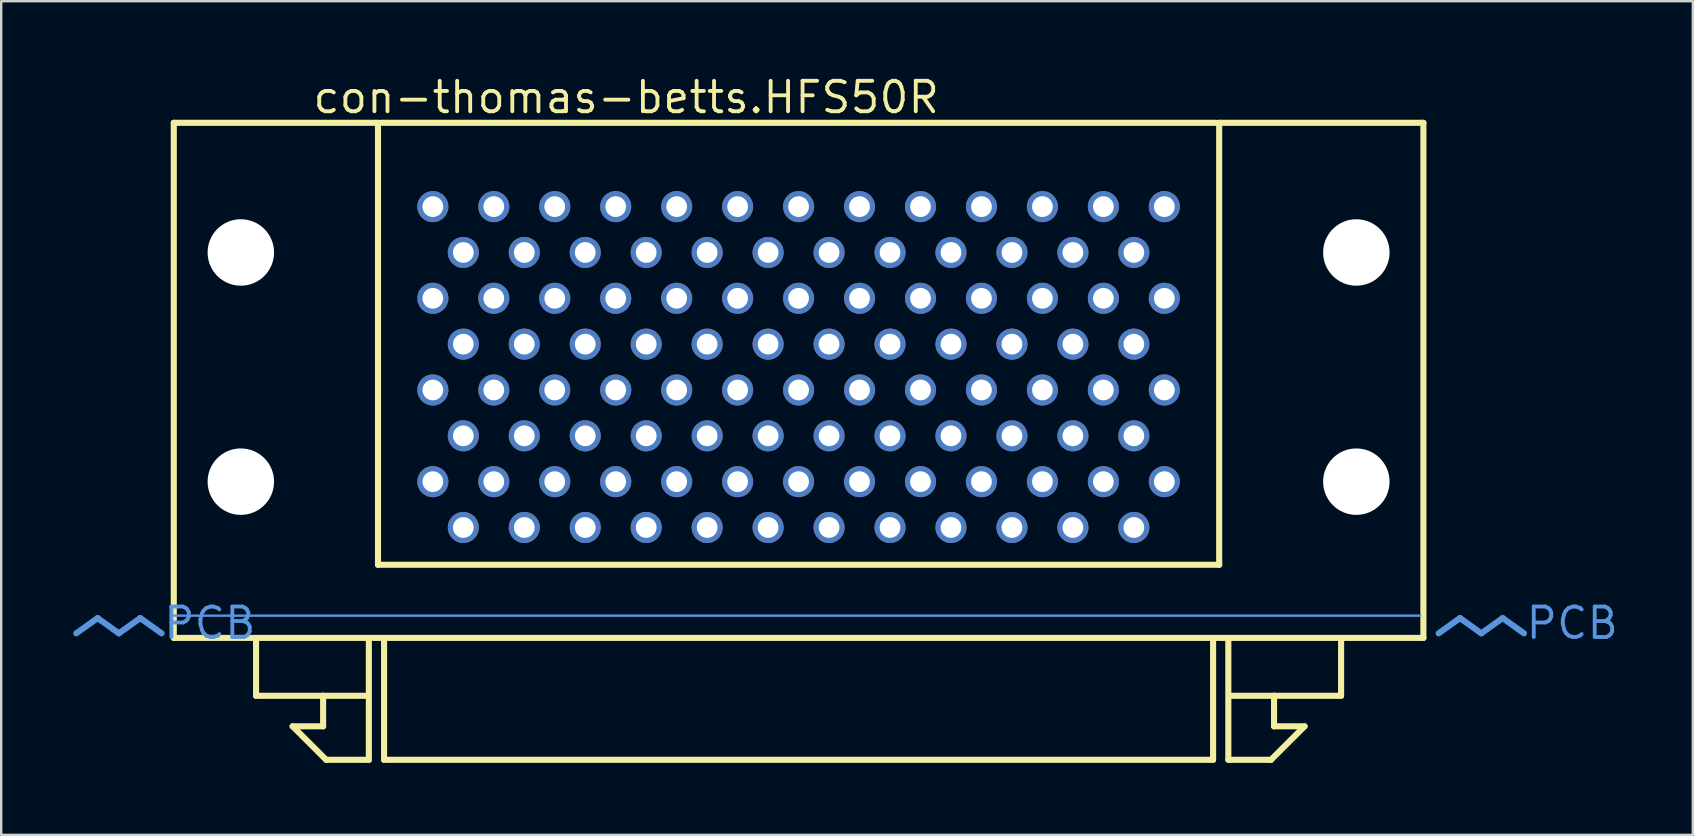
<source format=kicad_pcb>
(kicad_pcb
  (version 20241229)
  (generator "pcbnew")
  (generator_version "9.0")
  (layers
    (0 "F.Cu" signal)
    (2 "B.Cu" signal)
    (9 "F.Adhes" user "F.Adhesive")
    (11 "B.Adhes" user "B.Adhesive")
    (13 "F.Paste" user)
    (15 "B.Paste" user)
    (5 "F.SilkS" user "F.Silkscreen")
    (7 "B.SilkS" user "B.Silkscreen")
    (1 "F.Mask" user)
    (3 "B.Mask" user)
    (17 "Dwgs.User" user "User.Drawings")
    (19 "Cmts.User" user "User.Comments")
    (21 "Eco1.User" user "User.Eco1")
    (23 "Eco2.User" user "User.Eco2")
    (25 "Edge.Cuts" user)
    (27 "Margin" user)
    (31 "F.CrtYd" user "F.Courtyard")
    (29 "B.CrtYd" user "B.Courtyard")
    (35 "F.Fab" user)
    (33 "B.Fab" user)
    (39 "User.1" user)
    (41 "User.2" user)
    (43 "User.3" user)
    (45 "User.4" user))
  (footprint "con-thomas-betts.HFS50R"
    (layer "F.Cu")
    (at 30.226 22.07)
    (property "Reference" "con-thomas-betts.HFS50R" (at -20.32 -20.32 0) (layer "F.SilkS") (effects (font (size 1.27 1.27) (thickness 0.16)) (justify left bottom)))
    (attr through_hole)
    (fp_line (start -26.035 -20.003) (end -17.526 -20.003) (stroke (width 0.254) (type default)) (layer "F.SilkS"))
    (fp_line (start -26.035 1.46) (end -26.035 -20.003) (stroke (width 0.254) (type default)) (layer "F.SilkS"))
    (fp_line (start -22.606 3.873) (end -22.606 1.587) (stroke (width 0.254) (type default)) (layer "F.SilkS"))
    (fp_line (start -21.082 5.144) (end -19.812 5.144) (stroke (width 0.254) (type default)) (layer "F.SilkS"))
    (fp_line (start -19.812 3.873) (end -22.606 3.873) (stroke (width 0.254) (type default)) (layer "F.SilkS"))
    (fp_line (start -19.812 3.873) (end -18.034 3.873) (stroke (width 0.254) (type default)) (layer "F.SilkS"))
    (fp_line (start -19.812 5.144) (end -19.812 3.873) (stroke (width 0.254) (type default)) (layer "F.SilkS"))
    (fp_line (start -19.685 6.54) (end -21.082 5.144) (stroke (width 0.254) (type default)) (layer "F.SilkS"))
    (fp_line (start -17.907 1.587) (end -17.907 6.54) (stroke (width 0.254) (type default)) (layer "F.SilkS"))
    (fp_line (start -17.907 6.54) (end -19.685 6.54) (stroke (width 0.254) (type default)) (layer "F.SilkS"))
    (fp_line (start -17.526 -20.003) (end -17.526 -1.587) (stroke (width 0.254) (type default)) (layer "F.SilkS"))
    (fp_line (start -17.526 -1.587) (end 17.526 -1.587) (stroke (width 0.254) (type default)) (layer "F.SilkS"))
    (fp_line (start -17.399 -20.003) (end 17.399 -20.003) (stroke (width 0.254) (type default)) (layer "F.SilkS"))
    (fp_line (start -17.272 6.54) (end -17.272 1.587) (stroke (width 0.254) (type default)) (layer "F.SilkS"))
    (fp_line (start 17.272 1.587) (end 17.272 6.54) (stroke (width 0.254) (type default)) (layer "F.SilkS"))
    (fp_line (start 17.272 6.54) (end -17.272 6.54) (stroke (width 0.254) (type default)) (layer "F.SilkS"))
    (fp_line (start 17.526 -20.003) (end 26.035 -20.003) (stroke (width 0.254) (type default)) (layer "F.SilkS"))
    (fp_line (start 17.526 -1.587) (end 17.526 -20.003) (stroke (width 0.254) (type default)) (layer "F.SilkS"))
    (fp_line (start 17.907 1.587) (end 17.907 6.54) (stroke (width 0.254) (type default)) (layer "F.SilkS"))
    (fp_line (start 17.907 6.54) (end 19.685 6.54) (stroke (width 0.254) (type default)) (layer "F.SilkS"))
    (fp_line (start 19.685 6.54) (end 21.082 5.144) (stroke (width 0.254) (type default)) (layer "F.SilkS"))
    (fp_line (start 19.812 3.873) (end 18.034 3.873) (stroke (width 0.254) (type default)) (layer "F.SilkS"))
    (fp_line (start 19.812 3.873) (end 22.606 3.873) (stroke (width 0.254) (type default)) (layer "F.SilkS"))
    (fp_line (start 19.812 5.144) (end 19.812 3.873) (stroke (width 0.254) (type default)) (layer "F.SilkS"))
    (fp_line (start 21.082 5.144) (end 19.812 5.144) (stroke (width 0.254) (type default)) (layer "F.SilkS"))
    (fp_line (start 22.606 3.873) (end 22.606 1.587) (stroke (width 0.254) (type default)) (layer "F.SilkS"))
    (fp_line (start 26.035 -20.003) (end 26.035 1.46) (stroke (width 0.254) (type default)) (layer "F.SilkS"))
    (fp_line (start 26.035 1.46) (end -26.035 1.46) (stroke (width 0.254) (type default)) (layer "F.SilkS"))
    (fp_line (start -29.21 0.635) (end -30.099 1.27) (stroke (width 0.254) (type default)) (layer "Cmts.User"))
    (fp_line (start -29.21 0.635) (end -28.321 1.27) (stroke (width 0.254) (type default)) (layer "Cmts.User"))
    (fp_line (start -27.432 0.635) (end -28.321 1.27) (stroke (width 0.254) (type default)) (layer "Cmts.User"))
    (fp_line (start -27.432 0.635) (end -26.543 1.27) (stroke (width 0.254) (type default)) (layer "Cmts.User"))
    (fp_line (start -26.035 0.533) (end 25.908 0.533) (stroke (width 0.1) (type default)) (layer "Cmts.User"))
    (fp_line (start 27.559 0.635) (end 26.67 1.27) (stroke (width 0.254) (type default)) (layer "Cmts.User"))
    (fp_line (start 27.559 0.635) (end 28.448 1.27) (stroke (width 0.254) (type default)) (layer "Cmts.User"))
    (fp_line (start 29.337 0.635) (end 28.448 1.27) (stroke (width 0.254) (type default)) (layer "Cmts.User"))
    (fp_line (start 29.337 0.635) (end 30.226 1.27) (stroke (width 0.254) (type default)) (layer "Cmts.User"))
    (fp_text user "PCB" (at 30.226 1.587 180) (layer "Cmts.User") (effects (font (size 1.27 1.27) (thickness 0.16)) (justify left bottom)))
    (fp_text user "PCB" (at -26.543 1.587 180) (layer "Cmts.User") (effects (font (size 1.27 1.27) (thickness 0.16)) (justify left bottom)))
    (pad "" np_thru_hole circle (at -23.241 -14.6) (size 2.769 2.769) (drill 2.769) (layers "*.Cu" "*.Mask"))
    (pad "" np_thru_hole circle (at -23.241 -5.05) (size 2.769 2.769) (drill 2.769) (layers "*.Cu" "*.Mask"))
    (pad "" np_thru_hole circle (at 23.241 -14.6) (size 2.769 2.769) (drill 2.769) (layers "*.Cu" "*.Mask"))
    (pad "" np_thru_hole circle (at 23.241 -5.05) (size 2.769 2.769) (drill 2.769) (layers "*.Cu" "*.Mask"))
    (pad "1-1" thru_hole circle (at 15.24 -8.87) (size 1.295 1.295) (drill 0.864) (layers "*.Cu" "*.Mask"))
    (pad "1-2" thru_hole circle (at 13.97 -6.96) (size 1.295 1.295) (drill 0.864) (layers "*.Cu" "*.Mask"))
    (pad "1-3" thru_hole circle (at 12.7 -8.87) (size 1.295 1.295) (drill 0.864) (layers "*.Cu" "*.Mask"))
    (pad "1-4" thru_hole circle (at 11.43 -6.96) (size 1.295 1.295) (drill 0.864) (layers "*.Cu" "*.Mask"))
    (pad "1-5" thru_hole circle (at 10.16 -8.87) (size 1.295 1.295) (drill 0.864) (layers "*.Cu" "*.Mask"))
    (pad "1-6" thru_hole circle (at 8.89 -6.96) (size 1.295 1.295) (drill 0.864) (layers "*.Cu" "*.Mask"))
    (pad "1-7" thru_hole circle (at 7.62 -8.87) (size 1.295 1.295) (drill 0.864) (layers "*.Cu" "*.Mask"))
    (pad "1-8" thru_hole circle (at 6.35 -6.96) (size 1.295 1.295) (drill 0.864) (layers "*.Cu" "*.Mask"))
    (pad "1-9" thru_hole circle (at 5.08 -8.87) (size 1.295 1.295) (drill 0.864) (layers "*.Cu" "*.Mask"))
    (pad "1-10" thru_hole circle (at 3.81 -6.96) (size 1.295 1.295) (drill 0.864) (layers "*.Cu" "*.Mask"))
    (pad "1-11" thru_hole circle (at 2.54 -8.87) (size 1.295 1.295) (drill 0.864) (layers "*.Cu" "*.Mask"))
    (pad "1-12" thru_hole circle (at 1.27 -6.96) (size 1.295 1.295) (drill 0.864) (layers "*.Cu" "*.Mask"))
    (pad "1-13" thru_hole circle (at 0 -8.87) (size 1.295 1.295) (drill 0.864) (layers "*.Cu" "*.Mask"))
    (pad "1-14" thru_hole circle (at -1.27 -6.96) (size 1.295 1.295) (drill 0.864) (layers "*.Cu" "*.Mask"))
    (pad "1-15" thru_hole circle (at -2.54 -8.87) (size 1.295 1.295) (drill 0.864) (layers "*.Cu" "*.Mask"))
    (pad "1-16" thru_hole circle (at -3.81 -6.96) (size 1.295 1.295) (drill 0.864) (layers "*.Cu" "*.Mask"))
    (pad "1-17" thru_hole circle (at -5.08 -8.87) (size 1.295 1.295) (drill 0.864) (layers "*.Cu" "*.Mask"))
    (pad "1-18" thru_hole circle (at -6.35 -6.96) (size 1.295 1.295) (drill 0.864) (layers "*.Cu" "*.Mask"))
    (pad "1-19" thru_hole circle (at -7.62 -8.87) (size 1.295 1.295) (drill 0.864) (layers "*.Cu" "*.Mask"))
    (pad "1-20" thru_hole circle (at -8.89 -6.96) (size 1.295 1.295) (drill 0.864) (layers "*.Cu" "*.Mask"))
    (pad "1-21" thru_hole circle (at -10.16 -8.87) (size 1.295 1.295) (drill 0.864) (layers "*.Cu" "*.Mask"))
    (pad "1-22" thru_hole circle (at -11.43 -6.96) (size 1.295 1.295) (drill 0.864) (layers "*.Cu" "*.Mask"))
    (pad "1-23" thru_hole circle (at -12.7 -8.87) (size 1.295 1.295) (drill 0.864) (layers "*.Cu" "*.Mask"))
    (pad "1-24" thru_hole circle (at -13.97 -6.96) (size 1.295 1.295) (drill 0.864) (layers "*.Cu" "*.Mask"))
    (pad "1-25" thru_hole circle (at -15.24 -8.87) (size 1.295 1.295) (drill 0.864) (layers "*.Cu" "*.Mask"))
    (pad "1-26" thru_hole circle (at 15.24 -5.05) (size 1.295 1.295) (drill 0.864) (layers "*.Cu" "*.Mask"))
    (pad "1-27" thru_hole circle (at 13.97 -3.14) (size 1.295 1.295) (drill 0.864) (layers "*.Cu" "*.Mask"))
    (pad "1-28" thru_hole circle (at 12.7 -5.05) (size 1.295 1.295) (drill 0.864) (layers "*.Cu" "*.Mask"))
    (pad "1-29" thru_hole circle (at 11.43 -3.14) (size 1.295 1.295) (drill 0.864) (layers "*.Cu" "*.Mask"))
    (pad "1-30" thru_hole circle (at 10.16 -5.05) (size 1.295 1.295) (drill 0.864) (layers "*.Cu" "*.Mask"))
    (pad "1-31" thru_hole circle (at 8.89 -3.14) (size 1.295 1.295) (drill 0.864) (layers "*.Cu" "*.Mask"))
    (pad "1-32" thru_hole circle (at 7.62 -5.05) (size 1.295 1.295) (drill 0.864) (layers "*.Cu" "*.Mask"))
    (pad "1-33" thru_hole circle (at 6.35 -3.14) (size 1.295 1.295) (drill 0.864) (layers "*.Cu" "*.Mask"))
    (pad "1-34" thru_hole circle (at 5.08 -5.05) (size 1.295 1.295) (drill 0.864) (layers "*.Cu" "*.Mask"))
    (pad "1-35" thru_hole circle (at 3.81 -3.14) (size 1.295 1.295) (drill 0.864) (layers "*.Cu" "*.Mask"))
    (pad "1-36" thru_hole circle (at 2.54 -5.05) (size 1.295 1.295) (drill 0.864) (layers "*.Cu" "*.Mask"))
    (pad "1-37" thru_hole circle (at 1.27 -3.14) (size 1.295 1.295) (drill 0.864) (layers "*.Cu" "*.Mask"))
    (pad "1-38" thru_hole circle (at 0 -5.05) (size 1.295 1.295) (drill 0.864) (layers "*.Cu" "*.Mask"))
    (pad "1-39" thru_hole circle (at -1.27 -3.14) (size 1.295 1.295) (drill 0.864) (layers "*.Cu" "*.Mask"))
    (pad "1-40" thru_hole circle (at -2.54 -5.05) (size 1.295 1.295) (drill 0.864) (layers "*.Cu" "*.Mask"))
    (pad "1-41" thru_hole circle (at -3.81 -3.14) (size 1.295 1.295) (drill 0.864) (layers "*.Cu" "*.Mask"))
    (pad "1-42" thru_hole circle (at -5.08 -5.05) (size 1.295 1.295) (drill 0.864) (layers "*.Cu" "*.Mask"))
    (pad "1-43" thru_hole circle (at -6.35 -3.14) (size 1.295 1.295) (drill 0.864) (layers "*.Cu" "*.Mask"))
    (pad "1-44" thru_hole circle (at -7.62 -5.05) (size 1.295 1.295) (drill 0.864) (layers "*.Cu" "*.Mask"))
    (pad "1-45" thru_hole circle (at -8.89 -3.14) (size 1.295 1.295) (drill 0.864) (layers "*.Cu" "*.Mask"))
    (pad "1-46" thru_hole circle (at -10.16 -5.05) (size 1.295 1.295) (drill 0.864) (layers "*.Cu" "*.Mask"))
    (pad "1-47" thru_hole circle (at -11.43 -3.14) (size 1.295 1.295) (drill 0.864) (layers "*.Cu" "*.Mask"))
    (pad "1-48" thru_hole circle (at -12.7 -5.05) (size 1.295 1.295) (drill 0.864) (layers "*.Cu" "*.Mask"))
    (pad "1-49" thru_hole circle (at -13.97 -3.14) (size 1.295 1.295) (drill 0.864) (layers "*.Cu" "*.Mask"))
    (pad "1-50" thru_hole circle (at -15.24 -5.05) (size 1.295 1.295) (drill 0.864) (layers "*.Cu" "*.Mask"))
    (pad "2-1" thru_hole circle (at 15.24 -16.51) (size 1.295 1.295) (drill 0.864) (layers "*.Cu" "*.Mask"))
    (pad "2-2" thru_hole circle (at 13.97 -14.6) (size 1.295 1.295) (drill 0.864) (layers "*.Cu" "*.Mask"))
    (pad "2-3" thru_hole circle (at 12.7 -16.51) (size 1.295 1.295) (drill 0.864) (layers "*.Cu" "*.Mask"))
    (pad "2-4" thru_hole circle (at 11.43 -14.6) (size 1.295 1.295) (drill 0.864) (layers "*.Cu" "*.Mask"))
    (pad "2-5" thru_hole circle (at 10.16 -16.51) (size 1.295 1.295) (drill 0.864) (layers "*.Cu" "*.Mask"))
    (pad "2-6" thru_hole circle (at 8.89 -14.6) (size 1.295 1.295) (drill 0.864) (layers "*.Cu" "*.Mask"))
    (pad "2-7" thru_hole circle (at 7.62 -16.51) (size 1.295 1.295) (drill 0.864) (layers "*.Cu" "*.Mask"))
    (pad "2-8" thru_hole circle (at 6.35 -14.6) (size 1.295 1.295) (drill 0.864) (layers "*.Cu" "*.Mask"))
    (pad "2-9" thru_hole circle (at 5.08 -16.51) (size 1.295 1.295) (drill 0.864) (layers "*.Cu" "*.Mask"))
    (pad "2-10" thru_hole circle (at 3.81 -14.6) (size 1.295 1.295) (drill 0.864) (layers "*.Cu" "*.Mask"))
    (pad "2-11" thru_hole circle (at 2.54 -16.51) (size 1.295 1.295) (drill 0.864) (layers "*.Cu" "*.Mask"))
    (pad "2-12" thru_hole circle (at 1.27 -14.6) (size 1.295 1.295) (drill 0.864) (layers "*.Cu" "*.Mask"))
    (pad "2-13" thru_hole circle (at 0 -16.51) (size 1.295 1.295) (drill 0.864) (layers "*.Cu" "*.Mask"))
    (pad "2-14" thru_hole circle (at -1.27 -14.6) (size 1.295 1.295) (drill 0.864) (layers "*.Cu" "*.Mask"))
    (pad "2-15" thru_hole circle (at -2.54 -16.51) (size 1.295 1.295) (drill 0.864) (layers "*.Cu" "*.Mask"))
    (pad "2-16" thru_hole circle (at -3.81 -14.6) (size 1.295 1.295) (drill 0.864) (layers "*.Cu" "*.Mask"))
    (pad "2-17" thru_hole circle (at -5.08 -16.51) (size 1.295 1.295) (drill 0.864) (layers "*.Cu" "*.Mask"))
    (pad "2-18" thru_hole circle (at -6.35 -14.6) (size 1.295 1.295) (drill 0.864) (layers "*.Cu" "*.Mask"))
    (pad "2-19" thru_hole circle (at -7.62 -16.51) (size 1.295 1.295) (drill 0.864) (layers "*.Cu" "*.Mask"))
    (pad "2-20" thru_hole circle (at -8.89 -14.6) (size 1.295 1.295) (drill 0.864) (layers "*.Cu" "*.Mask"))
    (pad "2-21" thru_hole circle (at -10.16 -16.51) (size 1.295 1.295) (drill 0.864) (layers "*.Cu" "*.Mask"))
    (pad "2-22" thru_hole circle (at -11.43 -14.6) (size 1.295 1.295) (drill 0.864) (layers "*.Cu" "*.Mask"))
    (pad "2-23" thru_hole circle (at -12.7 -16.51) (size 1.295 1.295) (drill 0.864) (layers "*.Cu" "*.Mask"))
    (pad "2-24" thru_hole circle (at -13.97 -14.6) (size 1.295 1.295) (drill 0.864) (layers "*.Cu" "*.Mask"))
    (pad "2-25" thru_hole circle (at -15.24 -16.51) (size 1.295 1.295) (drill 0.864) (layers "*.Cu" "*.Mask"))
    (pad "2-26" thru_hole circle (at 15.24 -12.69) (size 1.295 1.295) (drill 0.864) (layers "*.Cu" "*.Mask"))
    (pad "2-27" thru_hole circle (at 13.97 -10.78) (size 1.295 1.295) (drill 0.864) (layers "*.Cu" "*.Mask"))
    (pad "2-28" thru_hole circle (at 12.7 -12.69) (size 1.295 1.295) (drill 0.864) (layers "*.Cu" "*.Mask"))
    (pad "2-29" thru_hole circle (at 11.43 -10.78) (size 1.295 1.295) (drill 0.864) (layers "*.Cu" "*.Mask"))
    (pad "2-30" thru_hole circle (at 10.16 -12.69) (size 1.295 1.295) (drill 0.864) (layers "*.Cu" "*.Mask"))
    (pad "2-31" thru_hole circle (at 8.89 -10.78) (size 1.295 1.295) (drill 0.864) (layers "*.Cu" "*.Mask"))
    (pad "2-32" thru_hole circle (at 7.62 -12.69) (size 1.295 1.295) (drill 0.864) (layers "*.Cu" "*.Mask"))
    (pad "2-33" thru_hole circle (at 6.35 -10.78) (size 1.295 1.295) (drill 0.864) (layers "*.Cu" "*.Mask"))
    (pad "2-34" thru_hole circle (at 5.08 -12.69) (size 1.295 1.295) (drill 0.864) (layers "*.Cu" "*.Mask"))
    (pad "2-35" thru_hole circle (at 3.81 -10.78) (size 1.295 1.295) (drill 0.864) (layers "*.Cu" "*.Mask"))
    (pad "2-36" thru_hole circle (at 2.54 -12.69) (size 1.295 1.295) (drill 0.864) (layers "*.Cu" "*.Mask"))
    (pad "2-37" thru_hole circle (at 1.27 -10.78) (size 1.295 1.295) (drill 0.864) (layers "*.Cu" "*.Mask"))
    (pad "2-38" thru_hole circle (at 0 -12.69) (size 1.295 1.295) (drill 0.864) (layers "*.Cu" "*.Mask"))
    (pad "2-39" thru_hole circle (at -1.27 -10.78) (size 1.295 1.295) (drill 0.864) (layers "*.Cu" "*.Mask"))
    (pad "2-40" thru_hole circle (at -2.54 -12.69) (size 1.295 1.295) (drill 0.864) (layers "*.Cu" "*.Mask"))
    (pad "2-41" thru_hole circle (at -3.81 -10.78) (size 1.295 1.295) (drill 0.864) (layers "*.Cu" "*.Mask"))
    (pad "2-42" thru_hole circle (at -5.08 -12.69) (size 1.295 1.295) (drill 0.864) (layers "*.Cu" "*.Mask"))
    (pad "2-43" thru_hole circle (at -6.35 -10.78) (size 1.295 1.295) (drill 0.864) (layers "*.Cu" "*.Mask"))
    (pad "2-44" thru_hole circle (at -7.62 -12.69) (size 1.295 1.295) (drill 0.864) (layers "*.Cu" "*.Mask"))
    (pad "2-45" thru_hole circle (at -8.89 -10.78) (size 1.295 1.295) (drill 0.864) (layers "*.Cu" "*.Mask"))
    (pad "2-46" thru_hole circle (at -10.16 -12.69) (size 1.295 1.295) (drill 0.864) (layers "*.Cu" "*.Mask"))
    (pad "2-47" thru_hole circle (at -11.43 -10.78) (size 1.295 1.295) (drill 0.864) (layers "*.Cu" "*.Mask"))
    (pad "2-48" thru_hole circle (at -12.7 -12.69) (size 1.295 1.295) (drill 0.864) (layers "*.Cu" "*.Mask"))
    (pad "2-49" thru_hole circle (at -13.97 -10.78) (size 1.295 1.295) (drill 0.864) (layers "*.Cu" "*.Mask"))
    (pad "2-50" thru_hole circle (at -15.24 -12.69) (size 1.295 1.295) (drill 0.864) (layers "*.Cu" "*.Mask")))
  (gr_rect
    (start -3 -3)
    (end 67.488 31.738)
    (stroke (width 0.1) (type default))
    (fill no)
    (layer "Edge.Cuts")))
</source>
